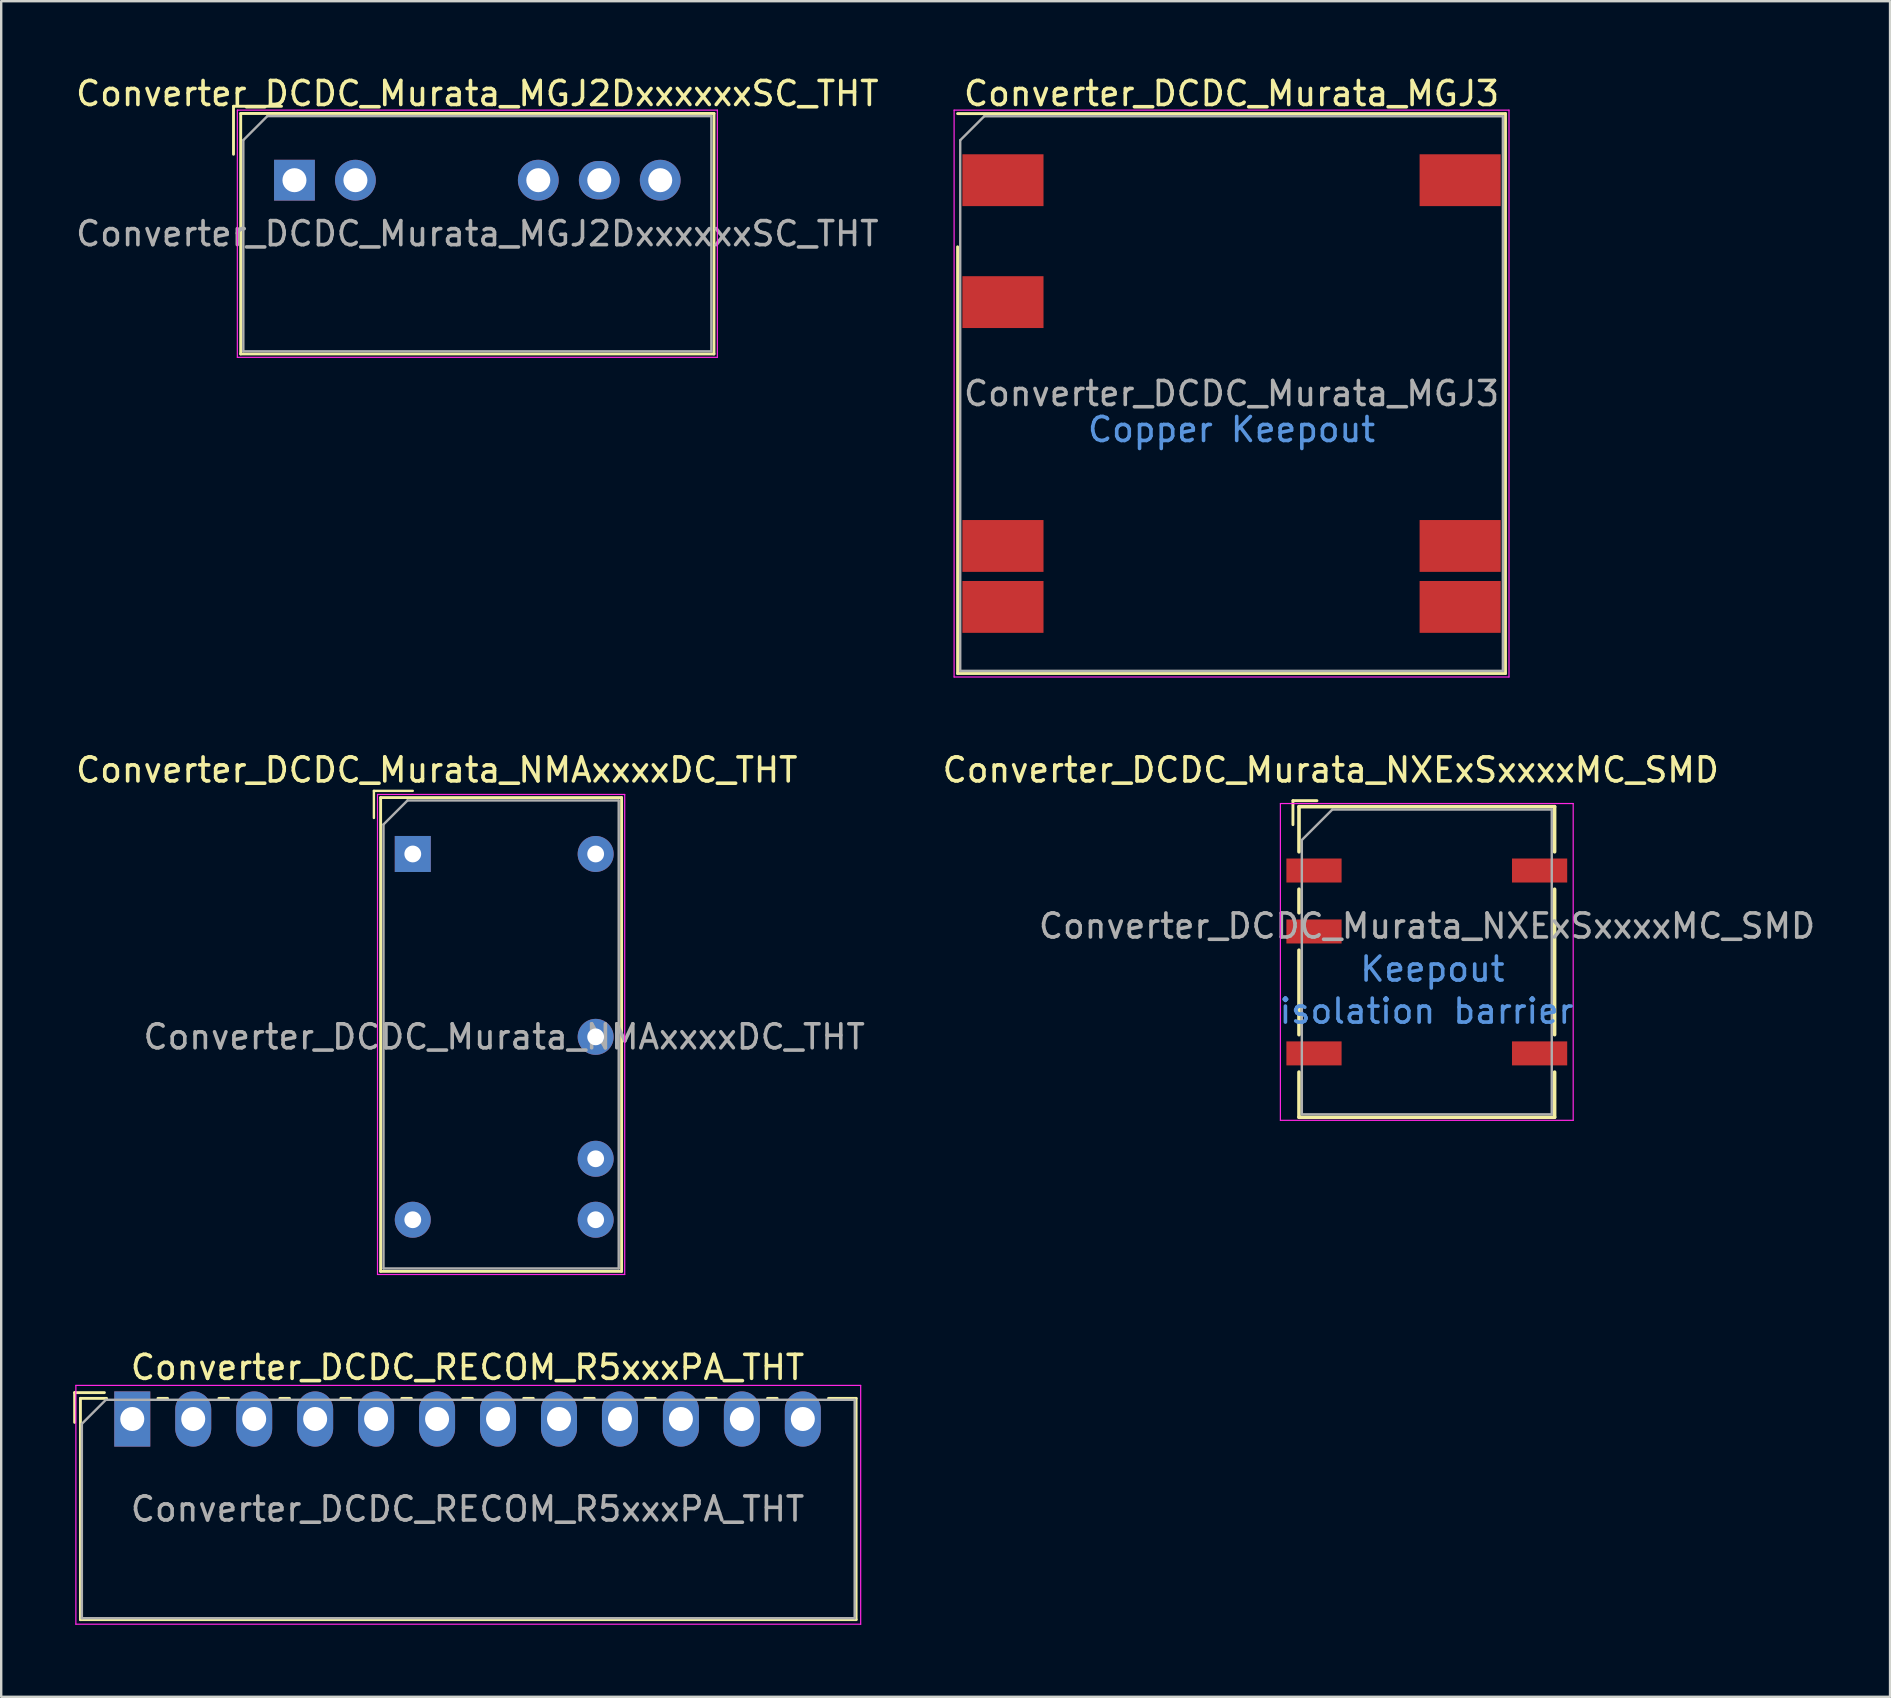
<source format=kicad_pcb>
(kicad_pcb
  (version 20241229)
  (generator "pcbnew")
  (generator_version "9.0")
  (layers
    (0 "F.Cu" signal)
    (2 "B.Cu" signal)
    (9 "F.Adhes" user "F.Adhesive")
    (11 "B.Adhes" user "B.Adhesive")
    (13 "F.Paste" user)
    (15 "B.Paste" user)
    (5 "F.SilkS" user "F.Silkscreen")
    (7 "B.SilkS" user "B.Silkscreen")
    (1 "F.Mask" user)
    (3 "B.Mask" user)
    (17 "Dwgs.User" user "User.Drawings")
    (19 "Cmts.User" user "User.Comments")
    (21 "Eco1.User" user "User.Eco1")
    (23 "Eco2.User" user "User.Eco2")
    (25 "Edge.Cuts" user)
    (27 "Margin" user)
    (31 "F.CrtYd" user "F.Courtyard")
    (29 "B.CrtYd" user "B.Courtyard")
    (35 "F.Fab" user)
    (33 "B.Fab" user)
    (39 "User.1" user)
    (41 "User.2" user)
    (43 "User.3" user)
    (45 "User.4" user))
  (footprint "Converter_DCDC_Murata_MGJ2DxxxxxxSC_THT"
    (layer "F.Cu")
    (at 9.219 4.458)
    (property "Reference" "Converter_DCDC_Murata_MGJ2DxxxxxxSC_THT" (at 7.62 -3.61 0) (layer "F.SilkS") (effects (font (size 1 1) (thickness 0.15))))
    (attr through_hole)
    (fp_line (start -2.54 -3.08) (end -0.54 -3.08) (stroke (width 0.12) (type solid)) (layer "F.SilkS"))
    (fp_line (start -2.54 -1.08) (end -2.54 -3.08) (stroke (width 0.12) (type solid)) (layer "F.SilkS"))
    (fp_line (start -2.24 -2.78) (end -2.24 7.24) (stroke (width 0.12) (type solid)) (layer "F.SilkS"))
    (fp_line (start -2.24 -2.78) (end 17.48 -2.78) (stroke (width 0.12) (type solid)) (layer "F.SilkS"))
    (fp_line (start -2.24 7.24) (end 17.48 7.24) (stroke (width 0.12) (type solid)) (layer "F.SilkS"))
    (fp_line (start 17.48 -2.78) (end 17.48 7.24) (stroke (width 0.12) (type solid)) (layer "F.SilkS"))
    (fp_line (start -2.38 -2.92) (end -2.38 7.38) (stroke (width 0.05) (type solid)) (layer "F.CrtYd"))
    (fp_line (start -2.38 -2.92) (end 17.62 -2.92) (stroke (width 0.05) (type solid)) (layer "F.CrtYd"))
    (fp_line (start -2.38 7.38) (end 17.62 7.38) (stroke (width 0.05) (type solid)) (layer "F.CrtYd"))
    (fp_line (start 17.62 -2.92) (end 17.62 7.38) (stroke (width 0.05) (type solid)) (layer "F.CrtYd"))
    (fp_line (start -2.13 -1.67) (end -1.13 -2.67) (stroke (width 0.1) (type solid)) (layer "F.Fab"))
    (fp_line (start -2.13 7.13) (end -2.13 -1.67) (stroke (width 0.1) (type solid)) (layer "F.Fab"))
    (fp_line (start -1.13 -2.67) (end 17.37 -2.67) (stroke (width 0.1) (type solid)) (layer "F.Fab"))
    (fp_line (start 17.37 -2.67) (end 17.37 7.13) (stroke (width 0.1) (type solid)) (layer "F.Fab"))
    (fp_line (start 17.37 7.13) (end -2.13 7.13) (stroke (width 0.1) (type solid)) (layer "F.Fab"))
    (fp_text user "${REFERENCE}" (at 7.62 2.23 0) (layer "F.Fab") (effects (font (size 1 1) (thickness 0.15))))
    (pad "1" thru_hole rect (at 0 0) (size 1.7 1.7) (drill 1) (layers "*.Cu" "*.Mask"))
    (pad "2" thru_hole oval (at 2.54 0) (size 1.7 1.7) (drill 1) (layers "*.Cu" "*.Mask"))
    (pad "5" thru_hole oval (at 10.16 0) (size 1.7 1.7) (drill 1) (layers "*.Cu" "*.Mask"))
    (pad "6" thru_hole oval (at 12.7 0) (size 1.7 1.6) (drill 1) (layers "*.Cu" "*.Mask"))
    (pad "7" thru_hole oval (at 15.24 0) (size 1.7 1.7) (drill 1) (layers "*.Cu" "*.Mask")))
  (footprint "Converter_DCDC_Murata_NXExSxxxxMC_SMD"
    (layer "F.Cu")
    (at 56.399 38.301)
    (property "Reference" "Converter_DCDC_Murata_NXExSxxxxMC_SMD" (at -4 -9.27 0) (layer "F.SilkS") (effects (font (size 1 1) (thickness 0.15))))
    (attr smd)
    (fp_line (start -5.577 -7.99) (end -5.577 -6.99) (stroke (width 0.12) (type solid)) (layer "F.SilkS"))
    (fp_line (start -5.325 -7.74) (end 5.325 -7.74) (stroke (width 0.15) (type solid)) (layer "F.SilkS"))
    (fp_line (start -5.325 -5.86) (end -5.325 -7.74) (stroke (width 0.15) (type solid)) (layer "F.SilkS"))
    (fp_line (start -5.325 -3.32) (end -5.325 -4.3) (stroke (width 0.15) (type solid)) (layer "F.SilkS"))
    (fp_line (start -5.325 1.76) (end -5.325 -1.76) (stroke (width 0.15) (type solid)) (layer "F.SilkS"))
    (fp_line (start -5.325 5.2) (end -5.325 3.32) (stroke (width 0.15) (type solid)) (layer "F.SilkS"))
    (fp_line (start -4.577 -7.99) (end -5.577 -7.99) (stroke (width 0.12) (type solid)) (layer "F.SilkS"))
    (fp_line (start 5.325 -7.74) (end 5.325 -5.86) (stroke (width 0.15) (type solid)) (layer "F.SilkS"))
    (fp_line (start 5.325 -4.3) (end 5.325 1.76) (stroke (width 0.15) (type solid)) (layer "F.SilkS"))
    (fp_line (start 5.325 3.32) (end 5.325 5.2) (stroke (width 0.15) (type solid)) (layer "F.SilkS"))
    (fp_line (start 5.325 5.2) (end -5.325 5.2) (stroke (width 0.15) (type solid)) (layer "F.SilkS"))
    (fp_line (start -6.1 5.33) (end -6.1 -7.87) (stroke (width 0.05) (type solid)) (layer "F.CrtYd"))
    (fp_line (start 6.1 -7.87) (end -6.1 -7.87) (stroke (width 0.05) (type solid)) (layer "F.CrtYd"))
    (fp_line (start 6.1 -7.87) (end 6.1 5.33) (stroke (width 0.05) (type solid)) (layer "F.CrtYd"))
    (fp_line (start 6.1 5.33) (end -6.1 5.33) (stroke (width 0.05) (type solid)) (layer "F.CrtYd"))
    (fp_line (start -5.207 5.08) (end -5.207 -6.35) (stroke (width 0.1) (type solid)) (layer "F.Fab"))
    (fp_line (start -3.937 -7.62) (end -5.207 -6.35) (stroke (width 0.1) (type solid)) (layer "F.Fab"))
    (fp_line (start -3.937 -7.62) (end 5.207 -7.62) (stroke (width 0.1) (type solid)) (layer "F.Fab"))
    (fp_line (start 5.207 -7.62) (end 5.207 5.08) (stroke (width 0.1) (type solid)) (layer "F.Fab"))
    (fp_line (start 5.207 5.08) (end -5.207 5.08) (stroke (width 0.1) (type solid)) (layer "F.Fab"))
    (fp_text user "isolation barrier" (at -0.01 0.78 0) (layer "Cmts.User") (effects (font (size 1 1) (thickness 0.15))))
    (fp_text user "Keepout" (at 0.234 -0.973 0) (layer "Cmts.User") (effects (font (size 1 1) (thickness 0.15))))
    (fp_text user "${REFERENCE}" (at 0.01 -2.766 0) (layer "F.Fab") (effects (font (size 1 1) (thickness 0.15))))
    (pad "1" smd rect (at -4.7 -5.08) (size 2.3 1) (layers "F.Cu" "F.Mask" "F.Paste"))
    (pad "3" smd rect (at -4.7 -2.54) (size 2.3 1) (layers "F.Cu" "F.Mask" "F.Paste"))
    (pad "7" smd rect (at -4.7 2.54) (size 2.3 1) (layers "F.Cu" "F.Mask" "F.Paste"))
    (pad "8" smd rect (at 4.7 2.54) (size 2.3 1) (layers "F.Cu" "F.Mask" "F.Paste"))
    (pad "14" smd rect (at 4.7 -5.08) (size 2.3 1) (layers "F.Cu" "F.Mask" "F.Paste"))
    (zone (net_name "") (layer "F.Cu") (hatch full 0.508) (connect_pads) (min_thickness 0.254) (filled_areas_thickness no) (keepout (tracks not_allowed) (vias not_allowed) (pads not_allowed) (copperpour not_allowed) (footprints not_allowed)) (placement (enabled no)) (fill) (polygon (pts (xy 50.299 36.382) (xy 62.499 36.382) (xy 62.499 40.231) (xy 50.299 40.231)))))
  (footprint "Converter_DCDC_Murata_MGJ3"
    (layer "F.Cu")
    (at 48.264 13.348)
    (property "Reference" "Converter_DCDC_Murata_MGJ3" (at 0 -12.5 0) (layer "F.SilkS") (effects (font (size 1 1) (thickness 0.15))))
    (attr smd)
    (fp_line (start -11.415 -6.115) (end -11.415 11.665) (stroke (width 0.12) (type solid)) (layer "F.SilkS"))
    (fp_line (start 11.415 -11.665) (end -11.415 -11.665) (stroke (width 0.12) (type solid)) (layer "F.SilkS"))
    (fp_line (start 11.415 -11.665) (end 11.415 11.665) (stroke (width 0.12) (type solid)) (layer "F.SilkS"))
    (fp_line (start 11.415 11.665) (end -11.415 11.665) (stroke (width 0.12) (type solid)) (layer "F.SilkS"))
    (fp_line (start -11.56 -11.81) (end -11.56 11.81) (stroke (width 0.05) (type solid)) (layer "F.CrtYd"))
    (fp_line (start -11.56 11.81) (end 11.56 11.81) (stroke (width 0.05) (type solid)) (layer "F.CrtYd"))
    (fp_line (start 11.56 -11.81) (end -11.56 -11.81) (stroke (width 0.05) (type solid)) (layer "F.CrtYd"))
    (fp_line (start 11.56 11.81) (end 11.56 -11.81) (stroke (width 0.05) (type solid)) (layer "F.CrtYd"))
    (fp_line (start -11.305 -10.555) (end -11.305 11.555) (stroke (width 0.1) (type solid)) (layer "F.Fab"))
    (fp_line (start -11.305 -10.555) (end -10.305 -11.555) (stroke (width 0.1) (type solid)) (layer "F.Fab"))
    (fp_line (start -11.305 11.555) (end 11.305 11.555) (stroke (width 0.1) (type solid)) (layer "F.Fab"))
    (fp_line (start 11.305 -11.555) (end -10.305 -11.555) (stroke (width 0.1) (type solid)) (layer "F.Fab"))
    (fp_line (start 11.305 -11.555) (end 11.305 11.555) (stroke (width 0.1) (type solid)) (layer "F.Fab"))
    (fp_text user "Copper Keepout" (at 0 1.5 0) (layer "Cmts.User") (effects (font (size 1 1) (thickness 0.15))))
    (fp_text user "${REFERENCE}" (at 0 0 0) (layer "F.Fab") (effects (font (size 1 1) (thickness 0.15))))
    (pad "1" smd rect (at -9.525 -8.89) (size 3.38 2.16) (layers "F.Cu" "F.Mask" "F.Paste"))
    (pad "3" smd rect (at -9.525 -3.81) (size 3.38 2.16) (layers "F.Cu" "F.Mask" "F.Paste"))
    (pad "7" smd rect (at -9.525 6.35) (size 3.38 2.16) (layers "F.Cu" "F.Mask" "F.Paste"))
    (pad "8" smd rect (at -9.525 8.89) (size 3.38 2.16) (layers "F.Cu" "F.Mask" "F.Paste"))
    (pad "9" smd rect (at 9.525 8.89) (size 3.38 2.16) (layers "F.Cu" "F.Mask" "F.Paste"))
    (pad "10" smd rect (at 9.525 6.35) (size 3.38 2.16) (layers "F.Cu" "F.Mask" "F.Paste"))
    (pad "16" smd rect (at 9.525 -8.89) (size 3.38 2.16) (layers "F.Cu" "F.Mask" "F.Paste"))
    (zone (net_name "") (layer "F.Cu") (hatch full 0.508) (connect_pads) (min_thickness 0.254) (filled_areas_thickness no) (keepout (tracks not_allowed) (vias not_allowed) (pads not_allowed) (copperpour not_allowed) (footprints not_allowed)) (placement (enabled no)) (fill) (polygon (pts (xy 59.569 18.618) (xy 53.559 18.618) (xy 53.559 20.968) (xy 42.969 20.968) (xy 42.969 18.618) (xy 36.959 18.618) (xy 36.959 10.618) (xy 59.569 10.618)))))
  (footprint "Converter_DCDC_RECOM_R5xxxPA_THT"
    (layer "F.Cu")
    (at 2.461 56.075)
    (property "Reference" "Converter_DCDC_RECOM_R5xxxPA_THT" (at 13.97 -2.15 0) (layer "F.SilkS") (effects (font (size 1 1) (thickness 0.15))))
    (attr through_hole)
    (fp_line (start -2.401 -1.1) (end -1.161 -1.1) (stroke (width 0.12) (type solid)) (layer "F.SilkS"))
    (fp_line (start -2.401 0.14) (end -2.401 -1.1) (stroke (width 0.12) (type solid)) (layer "F.SilkS"))
    (fp_line (start -2.16 -0.861) (end -2.16 8.36) (stroke (width 0.12) (type solid)) (layer "F.SilkS"))
    (fp_line (start -2.16 -0.861) (end -1.07 -0.861) (stroke (width 0.12) (type solid)) (layer "F.SilkS"))
    (fp_line (start -2.16 8.36) (end 30.16 8.36) (stroke (width 0.12) (type solid)) (layer "F.SilkS"))
    (fp_line (start 1.07 -0.861) (end 1.471 -0.861) (stroke (width 0.12) (type solid)) (layer "F.SilkS"))
    (fp_line (start 3.61 -0.861) (end 4.01 -0.861) (stroke (width 0.12) (type solid)) (layer "F.SilkS"))
    (fp_line (start 6.15 -0.861) (end 6.551 -0.861) (stroke (width 0.12) (type solid)) (layer "F.SilkS"))
    (fp_line (start 8.69 -0.861) (end 9.09 -0.861) (stroke (width 0.12) (type solid)) (layer "F.SilkS"))
    (fp_line (start 11.23 -0.861) (end 11.63 -0.861) (stroke (width 0.12) (type solid)) (layer "F.SilkS"))
    (fp_line (start 13.77 -0.861) (end 14.17 -0.861) (stroke (width 0.12) (type solid)) (layer "F.SilkS"))
    (fp_line (start 16.31 -0.861) (end 16.71 -0.861) (stroke (width 0.12) (type solid)) (layer "F.SilkS"))
    (fp_line (start 18.85 -0.861) (end 19.25 -0.861) (stroke (width 0.12) (type solid)) (layer "F.SilkS"))
    (fp_line (start 21.39 -0.861) (end 21.79 -0.861) (stroke (width 0.12) (type solid)) (layer "F.SilkS"))
    (fp_line (start 23.93 -0.861) (end 24.33 -0.861) (stroke (width 0.12) (type solid)) (layer "F.SilkS"))
    (fp_line (start 26.47 -0.861) (end 26.87 -0.861) (stroke (width 0.12) (type solid)) (layer "F.SilkS"))
    (fp_line (start 29.01 -0.861) (end 30.16 -0.861) (stroke (width 0.12) (type solid)) (layer "F.SilkS"))
    (fp_line (start 30.16 -0.861) (end 30.16 8.36) (stroke (width 0.12) (type solid)) (layer "F.SilkS"))
    (fp_line (start -2.35 -1.4) (end -2.35 8.55) (stroke (width 0.05) (type solid)) (layer "F.CrtYd"))
    (fp_line (start -2.35 8.55) (end 30.35 8.55) (stroke (width 0.05) (type solid)) (layer "F.CrtYd"))
    (fp_line (start 30.35 -1.4) (end -2.35 -1.4) (stroke (width 0.05) (type solid)) (layer "F.CrtYd"))
    (fp_line (start 30.35 8.55) (end 30.35 -1.4) (stroke (width 0.05) (type solid)) (layer "F.CrtYd"))
    (fp_line (start -2.1 0.2) (end -1.1 -0.8) (stroke (width 0.1) (type solid)) (layer "F.Fab"))
    (fp_line (start -2.1 8.3) (end -2.1 0.2) (stroke (width 0.1) (type solid)) (layer "F.Fab"))
    (fp_line (start -1.1 -0.8) (end 30.1 -0.8) (stroke (width 0.1) (type solid)) (layer "F.Fab"))
    (fp_line (start 30.1 -0.8) (end 30.1 8.3) (stroke (width 0.1) (type solid)) (layer "F.Fab"))
    (fp_line (start 30.1 8.3) (end -2.1 8.3) (stroke (width 0.1) (type solid)) (layer "F.Fab"))
    (fp_text user "${REFERENCE}" (at 13.97 3.75 0) (layer "F.Fab") (effects (font (size 1 1) (thickness 0.15))))
    (pad "1" thru_hole rect (at 0 0) (size 1.5 2.3) (drill 1) (layers "*.Cu" "*.Mask"))
    (pad "2" thru_hole oval (at 2.54 0) (size 1.5 2.3) (drill 1) (layers "*.Cu" "*.Mask"))
    (pad "3" thru_hole oval (at 5.08 0) (size 1.5 2.3) (drill 1) (layers "*.Cu" "*.Mask"))
    (pad "4" thru_hole oval (at 7.62 0) (size 1.5 2.3) (drill 1) (layers "*.Cu" "*.Mask"))
    (pad "5" thru_hole oval (at 10.16 0) (size 1.5 2.3) (drill 1) (layers "*.Cu" "*.Mask"))
    (pad "6" thru_hole oval (at 12.7 0) (size 1.5 2.3) (drill 1) (layers "*.Cu" "*.Mask"))
    (pad "7" thru_hole oval (at 15.24 0) (size 1.5 2.3) (drill 1) (layers "*.Cu" "*.Mask"))
    (pad "8" thru_hole oval (at 17.78 0) (size 1.5 2.3) (drill 1) (layers "*.Cu" "*.Mask"))
    (pad "9" thru_hole oval (at 20.32 0) (size 1.5 2.3) (drill 1) (layers "*.Cu" "*.Mask"))
    (pad "10" thru_hole oval (at 22.86 0) (size 1.5 2.3) (drill 1) (layers "*.Cu" "*.Mask"))
    (pad "11" thru_hole oval (at 25.4 0) (size 1.5 2.3) (drill 1) (layers "*.Cu" "*.Mask"))
    (pad "12" thru_hole oval (at 27.94 0) (size 1.5 2.3) (drill 1) (layers "*.Cu" "*.Mask")))
  (footprint "Converter_DCDC_Murata_NMAxxxxDC_THT"
    (layer "F.Cu")
    (at 14.149 32.532)
    (property "Reference" "Converter_DCDC_Murata_NMAxxxxDC_THT" (at 1 -3.5 0) (layer "F.SilkS") (effects (font (size 1 1) (thickness 0.15))))
    (attr through_hole)
    (fp_line (start -1.62 -2.63) (end -1.62 -1.5) (stroke (width 0.1) (type solid)) (layer "F.SilkS"))
    (fp_line (start -1.34 -2.35) (end -1.34 17.39) (stroke (width 0.12) (type solid)) (layer "F.SilkS"))
    (fp_line (start -1.34 -2.35) (end 8.7 -2.35) (stroke (width 0.12) (type solid)) (layer "F.SilkS"))
    (fp_line (start -1.34 17.39) (end 8.7 17.39) (stroke (width 0.12) (type solid)) (layer "F.SilkS"))
    (fp_line (start 0 -2.63) (end -1.62 -2.63) (stroke (width 0.1) (type solid)) (layer "F.SilkS"))
    (fp_line (start 8.7 17.39) (end 8.7 -2.35) (stroke (width 0.12) (type solid)) (layer "F.SilkS"))
    (fp_line (start -1.47 -2.48) (end -1.47 17.52) (stroke (width 0.05) (type solid)) (layer "F.CrtYd"))
    (fp_line (start -1.47 17.52) (end 8.83 17.52) (stroke (width 0.05) (type solid)) (layer "F.CrtYd"))
    (fp_line (start 8.83 -2.48) (end -1.47 -2.48) (stroke (width 0.05) (type solid)) (layer "F.CrtYd"))
    (fp_line (start 8.83 17.52) (end 8.83 -2.48) (stroke (width 0.05) (type solid)) (layer "F.CrtYd"))
    (fp_line (start -1.22 17.27) (end -1.22 -1.23) (stroke (width 0.1) (type solid)) (layer "F.Fab"))
    (fp_line (start -0.22 -2.23) (end -1.22 -1.23) (stroke (width 0.1) (type solid)) (layer "F.Fab"))
    (fp_line (start -0.22 -2.23) (end 8.58 -2.23) (stroke (width 0.1) (type solid)) (layer "F.Fab"))
    (fp_line (start 8.58 -2.23) (end 8.58 17.27) (stroke (width 0.1) (type solid)) (layer "F.Fab"))
    (fp_line (start 8.58 17.27) (end -1.22 17.27) (stroke (width 0.1) (type solid)) (layer "F.Fab"))
    (fp_text user "${REFERENCE}" (at 3.81 7.62 0) (layer "F.Fab") (effects (font (size 1 1) (thickness 0.15))))
    (pad "1" thru_hole rect (at 0 0) (size 1.5 1.5) (drill 0.7) (layers "*.Cu" "*.Mask"))
    (pad "7" thru_hole oval (at 0 15.24) (size 1.5 1.5) (drill 0.7) (layers "*.Cu" "*.Mask"))
    (pad "8" thru_hole oval (at 7.62 15.24) (size 1.5 1.5) (drill 0.7) (layers "*.Cu" "*.Mask"))
    (pad "9" thru_hole oval (at 7.62 12.7) (size 1.5 1.5) (drill 0.7) (layers "*.Cu" "*.Mask"))
    (pad "11" thru_hole oval (at 7.62 7.62) (size 1.5 1.5) (drill 0.7) (layers "*.Cu" "*.Mask"))
    (pad "14" thru_hole oval (at 7.62 0) (size 1.5 1.5) (drill 0.7) (layers "*.Cu" "*.Mask")))
  (gr_rect
    (start -3 -3)
    (end 75.701 67.65)
    (stroke (width 0.1) (type default))
    (fill no)
    (layer "Edge.Cuts")))
</source>
